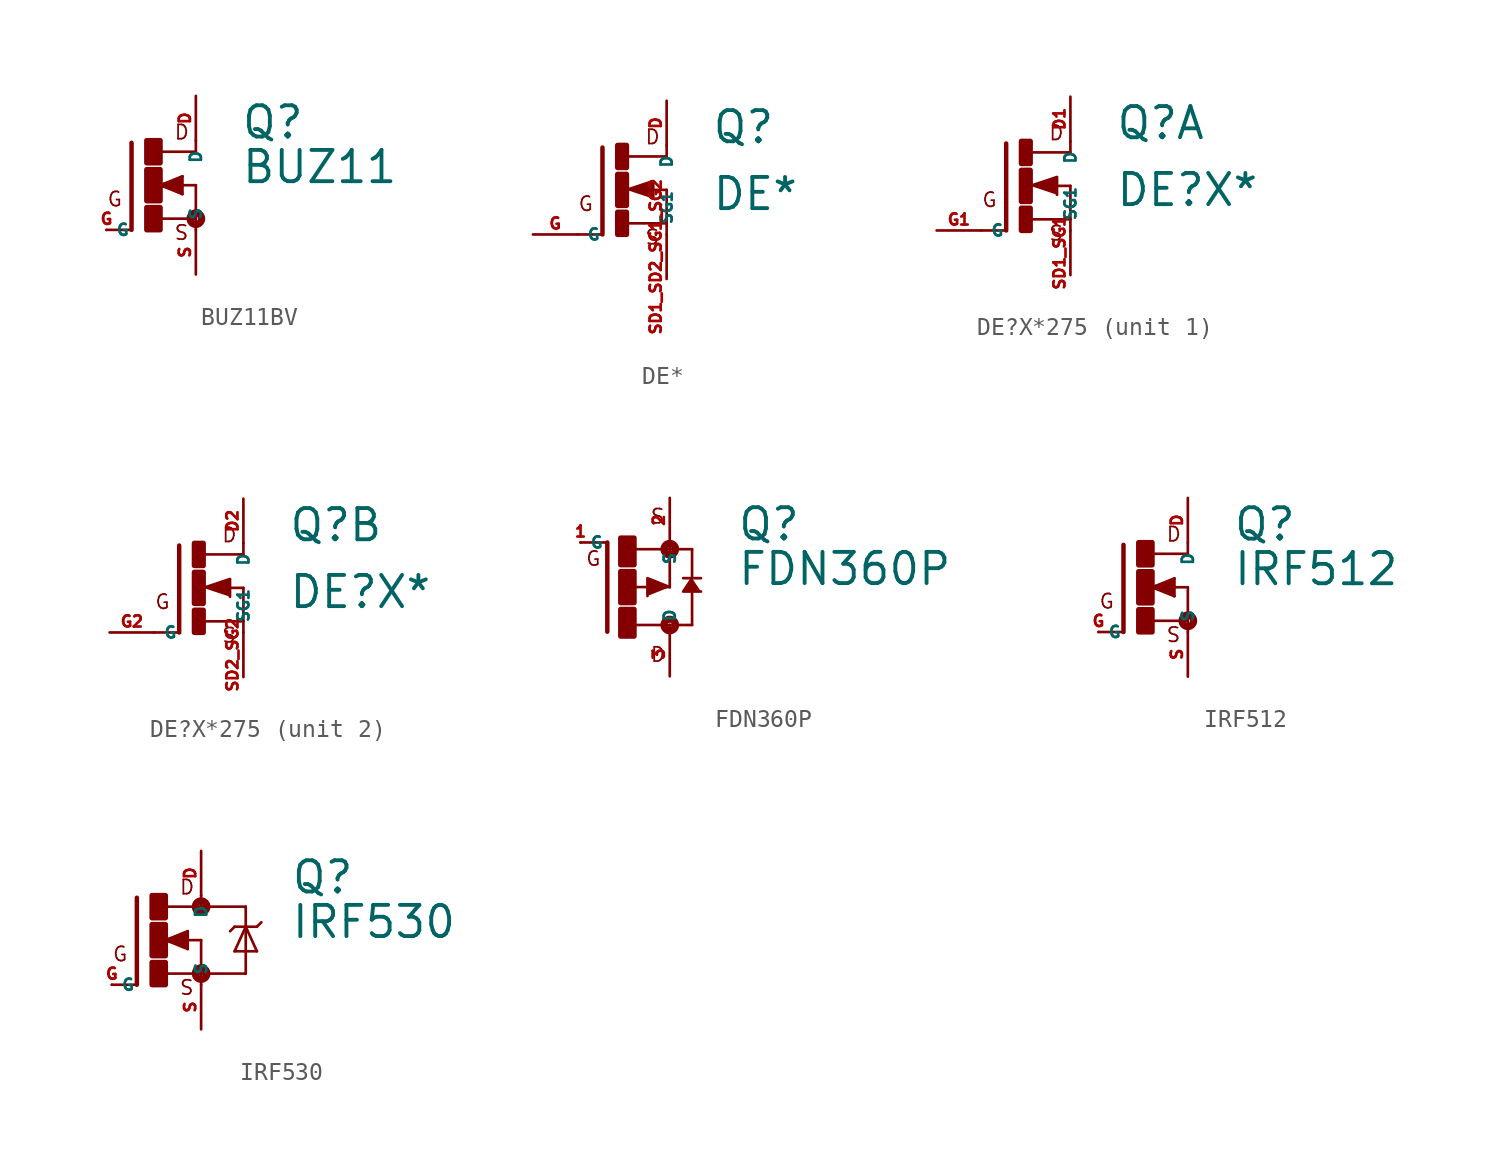
<source format=kicad_sym>
(kicad_symbol_lib
  (version 20220914)
  (generator Eagle2Kicad)
  (symbol "BUZ11BV"
    (property "Reference" "Q"
      (at 5.08 2.54 0)
      (effects (font (size 1.778 1.778) (thickness 0.22)) (justify left bottom)))
    (property "Value" "BUZ11"
      (at 5.08 0 0)
      (effects (font (size 1.778 1.778) (thickness 0.22)) (justify left bottom)))
    (polyline
      (pts (xy -1.118 2.413) (xy -1.118 -2.54))
      (stroke (width 0.254) (type default))
      (fill (type none)))
    (polyline
      (pts (xy -1.118 -2.54) (xy -2.54 -2.54))
      (stroke (width 0.152) (type default))
      (fill (type none)))
    (polyline
      (pts (xy 2.54 1.905) (xy 0.533 1.905))
      (stroke (width 0.152) (type default))
      (fill (type none)))
    (polyline
      (pts (xy 2.54 2.54) (xy 2.54 1.905))
      (stroke (width 0.152) (type default))
      (fill (type none)))
    (polyline
      (pts (xy 2.54 0) (xy 2.54 -1.905))
      (stroke (width 0.152) (type default))
      (fill (type none)))
    (polyline
      (pts (xy 0.508 -1.905) (xy 2.54 -1.905))
      (stroke (width 0.152) (type default))
      (fill (type none)))
    (polyline
      (pts (xy 2.54 -1.905) (xy 2.54 -2.54))
      (stroke (width 0.152) (type default))
      (fill (type none)))
    (polyline
      (pts (xy 0.508 0) (xy 1.778 -0.508))
      (stroke (width 0.152) (type default))
      (fill (type none)))
    (polyline
      (pts (xy 1.778 -0.508) (xy 1.778 0.508))
      (stroke (width 0.152) (type default))
      (fill (type none)))
    (polyline
      (pts (xy 1.778 0.508) (xy 0.508 0))
      (stroke (width 0.152) (type default))
      (fill (type none)))
    (polyline
      (pts (xy 1.651 0) (xy 2.54 0))
      (stroke (width 0.152) (type default))
      (fill (type none)))
    (polyline
      (pts (xy 1.651 0.254) (xy 0.762 0))
      (stroke (width 0.305) (type default))
      (fill (type none)))
    (polyline
      (pts (xy 0.762 0) (xy 1.651 -0.254))
      (stroke (width 0.305) (type default))
      (fill (type none)))
    (polyline
      (pts (xy 1.651 -0.254) (xy 1.651 0))
      (stroke (width 0.305) (type default))
      (fill (type none)))
    (polyline
      (pts (xy 1.651 0) (xy 1.397 0))
      (stroke (width 0.305) (type default))
      (fill (type none)))
    (text "D"
      (at 1.27 2.54 0)
      (effects (font (size 0.813 0.813) (thickness 0.10)) (justify left bottom)))
    (text "S"
      (at 1.27 -3.175 0)
      (effects (font (size 0.813 0.813) (thickness 0.10)) (justify left bottom)))
    (text "G"
      (at -2.54 -1.27 0)
      (effects (font (size 0.813 0.813) (thickness 0.10)) (justify left bottom)))
    (circle
      (center 2.54 -1.905)
      (radius 0.127)
      (stroke (width 0.406) (type default))
      (fill (type none)))
    (rectangle
      (start -0.254 -2.54)
      (end 0.508 -1.27)
      (stroke (width 0.3) (type default))
      (fill (type outline)))
    (rectangle
      (start -0.254 1.27)
      (end 0.508 2.54)
      (stroke (width 0.3) (type default))
      (fill (type outline)))
    (rectangle
      (start -0.254 -0.889)
      (end 0.508 0.889)
      (stroke (width 0.3) (type default))
      (fill (type outline)))
    (pin passive line
      (at -2.54 -2.54 0)
      (length 0)
      (name "G" (effects (font (size 0.635 0.635) (thickness 0.08)) (justify left bottom)))
      (number "G" (effects (font (size 0.635 0.635) (thickness 0.08)) (justify left bottom))))
    (pin passive line
      (at 2.54 5.08 270)
      (length 2.54)
      (name "D" (effects (font (size 0.635 0.635) (thickness 0.08)) (justify left bottom)))
      (number "D" (effects (font (size 0.635 0.635) (thickness 0.08)) (justify left bottom))))
    (pin passive line
      (at 2.54 -5.08 90)
      (length 2.54)
      (name "S" (effects (font (size 0.635 0.635) (thickness 0.08)) (justify left bottom)))
      (number "S" (effects (font (size 0.635 0.635) (thickness 0.08)) (justify left bottom)))))
  (symbol "DE*"
    (property "Reference" "Q"
      (at 5.08 2.54 0)
      (effects (font (size 1.778 1.778) (thickness 0.22)) (justify left bottom)))
    (property "Value" "DE*"
      (at 5.08 -1.27 0)
      (effects (font (size 1.778 1.778) (thickness 0.22)) (justify left bottom)))
    (polyline
      (pts (xy 0.254 0) (xy 1.778 0.508) (xy 1.778 -0.508))
      (stroke (width 0.152) (type default))
      (fill (type outline)))
    (polyline
      (pts (xy -1.118 2.413) (xy -1.118 -2.54))
      (stroke (width 0.254) (type default))
      (fill (type none)))
    (polyline
      (pts (xy -1.118 -2.54) (xy -2.54 -2.54))
      (stroke (width 0.152) (type default))
      (fill (type none)))
    (polyline
      (pts (xy 2.54 1.905) (xy 0.279 1.905))
      (stroke (width 0.152) (type default))
      (fill (type none)))
    (polyline
      (pts (xy 2.54 0) (xy 2.54 -1.905))
      (stroke (width 0.152) (type default))
      (fill (type none)))
    (polyline
      (pts (xy 0.254 -1.905) (xy 2.54 -1.905))
      (stroke (width 0.152) (type default))
      (fill (type none)))
    (polyline
      (pts (xy 2.54 2.54) (xy 2.54 1.905))
      (stroke (width 0.152) (type default))
      (fill (type none)))
    (polyline
      (pts (xy 2.54 -1.905) (xy 2.54 -2.54))
      (stroke (width 0.152) (type default))
      (fill (type none)))
    (polyline
      (pts (xy 1.651 0) (xy 2.54 0))
      (stroke (width 0.152) (type default))
      (fill (type none)))
    (text "D"
      (at 1.27 2.54 0)
      (effects (font (size 0.813 0.813) (thickness 0.10)) (justify left bottom)))
    (text "S"
      (at 1.27 -3.175 0)
      (effects (font (size 0.813 0.813) (thickness 0.10)) (justify left bottom)))
    (text "G"
      (at -2.54 -1.27 0)
      (effects (font (size 0.813 0.813) (thickness 0.10)) (justify left bottom)))
    (rectangle
      (start -0.254 -2.54)
      (end 0.254 -1.27)
      (stroke (width 0.3) (type default))
      (fill (type outline)))
    (rectangle
      (start -0.254 1.27)
      (end 0.254 2.54)
      (stroke (width 0.3) (type default))
      (fill (type outline)))
    (rectangle
      (start -0.254 -0.889)
      (end 0.254 0.889)
      (stroke (width 0.3) (type default))
      (fill (type outline)))
    (pin passive line
      (at -5.08 -2.54 0)
      (length 2.54)
      (name "G" (effects (font (size 0.635 0.635) (thickness 0.08)) (justify left bottom)))
      (number "G" (effects (font (size 0.635 0.635) (thickness 0.08)) (justify left bottom))))
    (pin passive line
      (at 2.54 5.08 270)
      (length 2.54)
      (name "D" (effects (font (size 0.635 0.635) (thickness 0.08)) (justify left bottom)))
      (number "D" (effects (font (size 0.635 0.635) (thickness 0.08)) (justify left bottom))))
    (pin passive line
      (at 2.54 -5.08 90)
      (length 2.54)
      (name "SG1" (effects (font (size 0.635 0.635) (thickness 0.08)) (justify left bottom)))
      (number "SD1 SD2 SG1 SG2" (effects (font (size 0.635 0.635) (thickness 0.08)) (justify left bottom)))))
  (symbol "DE?X*275"
    (property "Reference" "Q"
      (at 5.08 2.54 0)
      (effects (font (size 1.778 1.778) (thickness 0.22)) (justify left bottom)))
    (property "Value" "DE?X*"
      (at 5.08 -1.27 0)
      (effects (font (size 1.778 1.778) (thickness 0.22)) (justify left bottom)))
    (symbol "DE?X*275_1_0"
      (polyline (pts (xy 0.254 0) (xy 1.778 0.508) (xy 1.778 -0.508)) (stroke (width 0.152) (type default)) (fill (type outline)))
      (polyline (pts (xy -1.118 2.413) (xy -1.118 -2.54)) (stroke (width 0.254) (type default)) (fill (type none)))
      (polyline (pts (xy -1.118 -2.54) (xy -2.54 -2.54)) (stroke (width 0.152) (type default)) (fill (type none)))
      (polyline (pts (xy 2.54 1.905) (xy 0.279 1.905)) (stroke (width 0.152) (type default)) (fill (type none)))
      (polyline (pts (xy 2.54 0) (xy 2.54 -1.905)) (stroke (width 0.152) (type default)) (fill (type none)))
      (polyline (pts (xy 0.254 -1.905) (xy 2.54 -1.905)) (stroke (width 0.152) (type default)) (fill (type none)))
      (polyline (pts (xy 2.54 2.54) (xy 2.54 1.905)) (stroke (width 0.152) (type default)) (fill (type none)))
      (polyline (pts (xy 2.54 -1.905) (xy 2.54 -2.54)) (stroke (width 0.152) (type default)) (fill (type none)))
      (polyline (pts (xy 1.651 0) (xy 2.54 0)) (stroke (width 0.152) (type default)) (fill (type none)))
      (text "D" (at 1.27 2.54 0) (effects (font (size 0.813 0.813) (thickness 0.10)) (justify left bottom)))
      (text "S" (at 1.27 -3.175 0) (effects (font (size 0.813 0.813) (thickness 0.10)) (justify left bottom)))
      (text "G" (at -2.54 -1.27 0) (effects (font (size 0.813 0.813) (thickness 0.10)) (justify left bottom)))
      (rectangle (start -0.254 -2.54) (end 0.254 -1.27) (stroke (width 0.3) (type default)) (fill (type outline)))
      (rectangle (start -0.254 1.27) (end 0.254 2.54) (stroke (width 0.3) (type default)) (fill (type outline)))
      (rectangle (start -0.254 -0.889) (end 0.254 0.889) (stroke (width 0.3) (type default)) (fill (type outline)))
      (pin passive line (at -5.08 -2.54 0) (length 2.54) (name "G" (effects (font (size 0.635 0.635) (thickness 0.08)) (justify left bottom))) (number "G1" (effects (font (size 0.635 0.635) (thickness 0.08)) (justify left bottom))))
      (pin passive line (at 2.54 5.08 270) (length 2.54) (name "D" (effects (font (size 0.635 0.635) (thickness 0.08)) (justify left bottom))) (number "D1" (effects (font (size 0.635 0.635) (thickness 0.08)) (justify left bottom))))
      (pin passive line (at 2.54 -5.08 90) (length 2.54) (name "SG1" (effects (font (size 0.635 0.635) (thickness 0.08)) (justify left bottom))) (number "SD1 SG1" (effects (font (size 0.635 0.635) (thickness 0.08)) (justify left bottom)))))
    (symbol "DE?X*275_2_0"
      (polyline (pts (xy 0.254 0) (xy 1.778 0.508) (xy 1.778 -0.508)) (stroke (width 0.152) (type default)) (fill (type outline)))
      (polyline (pts (xy -1.118 2.413) (xy -1.118 -2.54)) (stroke (width 0.254) (type default)) (fill (type none)))
      (polyline (pts (xy -1.118 -2.54) (xy -2.54 -2.54)) (stroke (width 0.152) (type default)) (fill (type none)))
      (polyline (pts (xy 2.54 1.905) (xy 0.279 1.905)) (stroke (width 0.152) (type default)) (fill (type none)))
      (polyline (pts (xy 2.54 0) (xy 2.54 -1.905)) (stroke (width 0.152) (type default)) (fill (type none)))
      (polyline (pts (xy 0.254 -1.905) (xy 2.54 -1.905)) (stroke (width 0.152) (type default)) (fill (type none)))
      (polyline (pts (xy 2.54 2.54) (xy 2.54 1.905)) (stroke (width 0.152) (type default)) (fill (type none)))
      (polyline (pts (xy 2.54 -1.905) (xy 2.54 -2.54)) (stroke (width 0.152) (type default)) (fill (type none)))
      (polyline (pts (xy 1.651 0) (xy 2.54 0)) (stroke (width 0.152) (type default)) (fill (type none)))
      (text "D" (at 1.27 2.54 0) (effects (font (size 0.813 0.813) (thickness 0.10)) (justify left bottom)))
      (text "S" (at 1.27 -3.175 0) (effects (font (size 0.813 0.813) (thickness 0.10)) (justify left bottom)))
      (text "G" (at -2.54 -1.27 0) (effects (font (size 0.813 0.813) (thickness 0.10)) (justify left bottom)))
      (rectangle (start -0.254 -2.54) (end 0.254 -1.27) (stroke (width 0.3) (type default)) (fill (type outline)))
      (rectangle (start -0.254 1.27) (end 0.254 2.54) (stroke (width 0.3) (type default)) (fill (type outline)))
      (rectangle (start -0.254 -0.889) (end 0.254 0.889) (stroke (width 0.3) (type default)) (fill (type outline)))
      (pin passive line (at -5.08 -2.54 0) (length 2.54) (name "G" (effects (font (size 0.635 0.635) (thickness 0.08)) (justify left bottom))) (number "G2" (effects (font (size 0.635 0.635) (thickness 0.08)) (justify left bottom))))
      (pin passive line (at 2.54 5.08 270) (length 2.54) (name "D" (effects (font (size 0.635 0.635) (thickness 0.08)) (justify left bottom))) (number "D2" (effects (font (size 0.635 0.635) (thickness 0.08)) (justify left bottom))))
      (pin passive line (at 2.54 -5.08 90) (length 2.54) (name "SG1" (effects (font (size 0.635 0.635) (thickness 0.08)) (justify left bottom))) (number "SD2 SG2" (effects (font (size 0.635 0.635) (thickness 0.08)) (justify left bottom))))))
  (symbol "FDN360P"
    (property "Reference" "Q"
      (at 6.35 2.54 0)
      (effects (font (size 1.778 1.778) (thickness 0.22)) (justify left bottom)))
    (property "Value" "FDN360P"
      (at 6.35 0 0)
      (effects (font (size 1.778 1.778) (thickness 0.22)) (justify left bottom)))
    (polyline
      (pts (xy 2.54 0) (xy 1.27 0.508) (xy 1.27 -0.508))
      (stroke (width 0.152) (type default))
      (fill (type outline)))
    (polyline
      (pts (xy 3.81 0.508) (xy 3.302 -0.254) (xy 4.318 -0.254))
      (stroke (width 0.152) (type default))
      (fill (type outline)))
    (polyline
      (pts (xy -1.016 -2.54) (xy -1.016 2.54))
      (stroke (width 0.254) (type default))
      (fill (type none)))
    (polyline
      (pts (xy -1.016 2.54) (xy -2.54 2.54))
      (stroke (width 0.152) (type default))
      (fill (type none)))
    (polyline
      (pts (xy 2.54 2.54) (xy 2.54 2.159))
      (stroke (width 0.152) (type default))
      (fill (type none)))
    (polyline
      (pts (xy 0.508 -2.159) (xy 2.54 -2.159))
      (stroke (width 0.152) (type default))
      (fill (type none)))
    (polyline
      (pts (xy 2.54 -2.159) (xy 2.54 -2.54))
      (stroke (width 0.152) (type default))
      (fill (type none)))
    (polyline
      (pts (xy 0.381 0) (xy 2.54 0))
      (stroke (width 0.152) (type default))
      (fill (type none)))
    (polyline
      (pts (xy 3.302 0.508) (xy 3.81 0.508))
      (stroke (width 0.152) (type default))
      (fill (type none)))
    (polyline
      (pts (xy 3.81 0.508) (xy 4.318 0.508))
      (stroke (width 0.152) (type default))
      (fill (type none)))
    (polyline
      (pts (xy 3.81 2.159) (xy 2.54 2.159))
      (stroke (width 0.152) (type default))
      (fill (type none)))
    (polyline
      (pts (xy 2.54 2.159) (xy 0.533 2.159))
      (stroke (width 0.152) (type default))
      (fill (type none)))
    (polyline
      (pts (xy 3.81 0.508) (xy 3.81 2.159))
      (stroke (width 0.152) (type default))
      (fill (type none)))
    (polyline
      (pts (xy 3.81 -2.159) (xy 3.81 -0.127))
      (stroke (width 0.152) (type default))
      (fill (type none)))
    (polyline
      (pts (xy 3.81 -2.159) (xy 2.54 -2.159))
      (stroke (width 0.152) (type default))
      (fill (type none)))
    (polyline
      (pts (xy 2.54 0) (xy 2.54 2.159))
      (stroke (width 0.152) (type default))
      (fill (type none)))
    (text "D"
      (at 1.397 -4.318 0)
      (effects (font (size 0.813 0.813) (thickness 0.10)) (justify left bottom)))
    (text "S"
      (at 1.397 3.556 0)
      (effects (font (size 0.813 0.813) (thickness 0.10)) (justify left bottom)))
    (text "G"
      (at -2.286 1.143 0)
      (effects (font (size 0.813 0.813) (thickness 0.10)) (justify left bottom)))
    (circle
      (center 2.54 2.159)
      (radius 0.127)
      (stroke (width 0.406) (type default))
      (fill (type none)))
    (circle
      (center 2.54 -2.159)
      (radius 0.127)
      (stroke (width 0.406) (type default))
      (fill (type none)))
    (rectangle
      (start -0.254 -2.794)
      (end 0.508 -1.27)
      (stroke (width 0.3) (type default))
      (fill (type outline)))
    (rectangle
      (start -0.254 1.27)
      (end 0.508 2.794)
      (stroke (width 0.3) (type default))
      (fill (type outline)))
    (rectangle
      (start -0.254 -0.889)
      (end 0.508 0.889)
      (stroke (width 0.3) (type default))
      (fill (type outline)))
    (pin passive line
      (at -2.54 2.54 0)
      (length 0)
      (name "G" (effects (font (size 0.635 0.635) (thickness 0.08)) (justify left bottom)))
      (number "1" (effects (font (size 0.635 0.635) (thickness 0.08)) (justify left bottom))))
    (pin passive line
      (at 2.54 5.08 270)
      (length 2.54)
      (name "S" (effects (font (size 0.635 0.635) (thickness 0.08)) (justify left bottom)))
      (number "2" (effects (font (size 0.635 0.635) (thickness 0.08)) (justify left bottom))))
    (pin passive line
      (at 2.54 -5.08 90)
      (length 2.54)
      (name "D" (effects (font (size 0.635 0.635) (thickness 0.08)) (justify left bottom)))
      (number "3" (effects (font (size 0.635 0.635) (thickness 0.08)) (justify left bottom)))))
  (symbol "IRF512"
    (property "Reference" "Q"
      (at 5.08 2.54 0)
      (effects (font (size 1.778 1.778) (thickness 0.22)) (justify left bottom)))
    (property "Value" "IRF512"
      (at 5.08 0 0)
      (effects (font (size 1.778 1.778) (thickness 0.22)) (justify left bottom)))
    (polyline
      (pts (xy -1.118 2.413) (xy -1.118 -2.54))
      (stroke (width 0.254) (type default))
      (fill (type none)))
    (polyline
      (pts (xy -1.118 -2.54) (xy -2.54 -2.54))
      (stroke (width 0.152) (type default))
      (fill (type none)))
    (polyline
      (pts (xy 2.54 1.905) (xy 0.533 1.905))
      (stroke (width 0.152) (type default))
      (fill (type none)))
    (polyline
      (pts (xy 2.54 2.54) (xy 2.54 1.905))
      (stroke (width 0.152) (type default))
      (fill (type none)))
    (polyline
      (pts (xy 2.54 0) (xy 2.54 -1.905))
      (stroke (width 0.152) (type default))
      (fill (type none)))
    (polyline
      (pts (xy 0.508 -1.905) (xy 2.54 -1.905))
      (stroke (width 0.152) (type default))
      (fill (type none)))
    (polyline
      (pts (xy 2.54 -1.905) (xy 2.54 -2.54))
      (stroke (width 0.152) (type default))
      (fill (type none)))
    (polyline
      (pts (xy 0.508 0) (xy 1.778 -0.508))
      (stroke (width 0.152) (type default))
      (fill (type none)))
    (polyline
      (pts (xy 1.778 -0.508) (xy 1.778 0.508))
      (stroke (width 0.152) (type default))
      (fill (type none)))
    (polyline
      (pts (xy 1.778 0.508) (xy 0.508 0))
      (stroke (width 0.152) (type default))
      (fill (type none)))
    (polyline
      (pts (xy 1.651 0) (xy 2.54 0))
      (stroke (width 0.152) (type default))
      (fill (type none)))
    (polyline
      (pts (xy 1.651 0.254) (xy 0.762 0))
      (stroke (width 0.305) (type default))
      (fill (type none)))
    (polyline
      (pts (xy 0.762 0) (xy 1.651 -0.254))
      (stroke (width 0.305) (type default))
      (fill (type none)))
    (polyline
      (pts (xy 1.651 -0.254) (xy 1.651 0))
      (stroke (width 0.305) (type default))
      (fill (type none)))
    (polyline
      (pts (xy 1.651 0) (xy 1.397 0))
      (stroke (width 0.305) (type default))
      (fill (type none)))
    (text "D"
      (at 1.27 2.54 0)
      (effects (font (size 0.813 0.813) (thickness 0.10)) (justify left bottom)))
    (text "S"
      (at 1.27 -3.175 0)
      (effects (font (size 0.813 0.813) (thickness 0.10)) (justify left bottom)))
    (text "G"
      (at -2.54 -1.27 0)
      (effects (font (size 0.813 0.813) (thickness 0.10)) (justify left bottom)))
    (circle
      (center 2.54 -1.905)
      (radius 0.127)
      (stroke (width 0.406) (type default))
      (fill (type none)))
    (rectangle
      (start -0.254 -2.54)
      (end 0.508 -1.27)
      (stroke (width 0.3) (type default))
      (fill (type outline)))
    (rectangle
      (start -0.254 1.27)
      (end 0.508 2.54)
      (stroke (width 0.3) (type default))
      (fill (type outline)))
    (rectangle
      (start -0.254 -0.889)
      (end 0.508 0.889)
      (stroke (width 0.3) (type default))
      (fill (type outline)))
    (pin passive line
      (at -2.54 -2.54 0)
      (length 0)
      (name "G" (effects (font (size 0.635 0.635) (thickness 0.08)) (justify left bottom)))
      (number "G" (effects (font (size 0.635 0.635) (thickness 0.08)) (justify left bottom))))
    (pin passive line
      (at 2.54 5.08 270)
      (length 2.54)
      (name "D" (effects (font (size 0.635 0.635) (thickness 0.08)) (justify left bottom)))
      (number "D" (effects (font (size 0.635 0.635) (thickness 0.08)) (justify left bottom))))
    (pin passive line
      (at 2.54 -5.08 90)
      (length 2.54)
      (name "S" (effects (font (size 0.635 0.635) (thickness 0.08)) (justify left bottom)))
      (number "S" (effects (font (size 0.635 0.635) (thickness 0.08)) (justify left bottom)))))
  (symbol "IRF530"
    (property "Reference" "Q"
      (at 7.62 2.54 0)
      (effects (font (size 1.778 1.778) (thickness 0.22)) (justify left bottom)))
    (property "Value" "IRF530"
      (at 7.62 0 0)
      (effects (font (size 1.778 1.778) (thickness 0.22)) (justify left bottom)))
    (polyline
      (pts (xy -1.118 2.413) (xy -1.118 -2.54))
      (stroke (width 0.254) (type default))
      (fill (type none)))
    (polyline
      (pts (xy -1.118 -2.54) (xy -2.54 -2.54))
      (stroke (width 0.152) (type default))
      (fill (type none)))
    (polyline
      (pts (xy 2.54 1.905) (xy 0.533 1.905))
      (stroke (width 0.152) (type default))
      (fill (type none)))
    (polyline
      (pts (xy 2.54 0) (xy 2.54 -1.905))
      (stroke (width 0.152) (type default))
      (fill (type none)))
    (polyline
      (pts (xy 0.508 -1.905) (xy 2.54 -1.905))
      (stroke (width 0.152) (type default))
      (fill (type none)))
    (polyline
      (pts (xy 2.54 2.54) (xy 2.54 1.905))
      (stroke (width 0.152) (type default))
      (fill (type none)))
    (polyline
      (pts (xy 2.54 1.905) (xy 5.08 1.905))
      (stroke (width 0.152) (type default))
      (fill (type none)))
    (polyline
      (pts (xy 5.08 1.905) (xy 5.08 0.762))
      (stroke (width 0.152) (type default))
      (fill (type none)))
    (polyline
      (pts (xy 5.08 0.762) (xy 5.08 -1.905))
      (stroke (width 0.152) (type default))
      (fill (type none)))
    (polyline
      (pts (xy 5.08 -1.905) (xy 2.54 -1.905))
      (stroke (width 0.152) (type default))
      (fill (type none)))
    (polyline
      (pts (xy 2.54 -1.905) (xy 2.54 -2.54))
      (stroke (width 0.152) (type default))
      (fill (type none)))
    (polyline
      (pts (xy 5.08 0.762) (xy 4.445 -0.635))
      (stroke (width 0.152) (type default))
      (fill (type none)))
    (polyline
      (pts (xy 4.445 -0.635) (xy 5.715 -0.635))
      (stroke (width 0.152) (type default))
      (fill (type none)))
    (polyline
      (pts (xy 5.715 -0.635) (xy 5.08 0.762))
      (stroke (width 0.152) (type default))
      (fill (type none)))
    (polyline
      (pts (xy 4.445 0.762) (xy 5.08 0.762))
      (stroke (width 0.152) (type default))
      (fill (type none)))
    (polyline
      (pts (xy 5.08 0.762) (xy 5.715 0.762))
      (stroke (width 0.152) (type default))
      (fill (type none)))
    (polyline
      (pts (xy 5.715 0.762) (xy 5.969 1.016))
      (stroke (width 0.152) (type default))
      (fill (type none)))
    (polyline
      (pts (xy 4.445 0.762) (xy 4.191 0.508))
      (stroke (width 0.152) (type default))
      (fill (type none)))
    (polyline
      (pts (xy 0.508 0) (xy 1.778 -0.508))
      (stroke (width 0.152) (type default))
      (fill (type none)))
    (polyline
      (pts (xy 1.778 -0.508) (xy 1.778 0.508))
      (stroke (width 0.152) (type default))
      (fill (type none)))
    (polyline
      (pts (xy 1.778 0.508) (xy 0.508 0))
      (stroke (width 0.152) (type default))
      (fill (type none)))
    (polyline
      (pts (xy 1.651 0) (xy 2.54 0))
      (stroke (width 0.152) (type default))
      (fill (type none)))
    (polyline
      (pts (xy 1.651 0.254) (xy 0.762 0))
      (stroke (width 0.305) (type default))
      (fill (type none)))
    (polyline
      (pts (xy 0.762 0) (xy 1.651 -0.254))
      (stroke (width 0.305) (type default))
      (fill (type none)))
    (polyline
      (pts (xy 1.651 -0.254) (xy 1.651 0))
      (stroke (width 0.305) (type default))
      (fill (type none)))
    (polyline
      (pts (xy 1.651 0) (xy 1.397 0))
      (stroke (width 0.305) (type default))
      (fill (type none)))
    (text "D"
      (at 1.27 2.54 0)
      (effects (font (size 0.813 0.813) (thickness 0.10)) (justify left bottom)))
    (text "S"
      (at 1.27 -3.175 0)
      (effects (font (size 0.813 0.813) (thickness 0.10)) (justify left bottom)))
    (text "G"
      (at -2.54 -1.27 0)
      (effects (font (size 0.813 0.813) (thickness 0.10)) (justify left bottom)))
    (circle
      (center 2.54 -1.905)
      (radius 0.127)
      (stroke (width 0.406) (type default))
      (fill (type none)))
    (circle
      (center 2.54 1.905)
      (radius 0.127)
      (stroke (width 0.406) (type default))
      (fill (type none)))
    (rectangle
      (start -0.254 -2.54)
      (end 0.508 -1.27)
      (stroke (width 0.3) (type default))
      (fill (type outline)))
    (rectangle
      (start -0.254 1.27)
      (end 0.508 2.54)
      (stroke (width 0.3) (type default))
      (fill (type outline)))
    (rectangle
      (start -0.254 -0.889)
      (end 0.508 0.889)
      (stroke (width 0.3) (type default))
      (fill (type outline)))
    (pin passive line
      (at -2.54 -2.54 0)
      (length 0)
      (name "G" (effects (font (size 0.635 0.635) (thickness 0.08)) (justify left bottom)))
      (number "G" (effects (font (size 0.635 0.635) (thickness 0.08)) (justify left bottom))))
    (pin passive line
      (at 2.54 5.08 270)
      (length 2.54)
      (name "D" (effects (font (size 0.635 0.635) (thickness 0.08)) (justify left bottom)))
      (number "D" (effects (font (size 0.635 0.635) (thickness 0.08)) (justify left bottom))))
    (pin passive line
      (at 2.54 -5.08 90)
      (length 2.54)
      (name "S" (effects (font (size 0.635 0.635) (thickness 0.08)) (justify left bottom)))
      (number "S" (effects (font (size 0.635 0.635) (thickness 0.08)) (justify left bottom))))))
</source>
